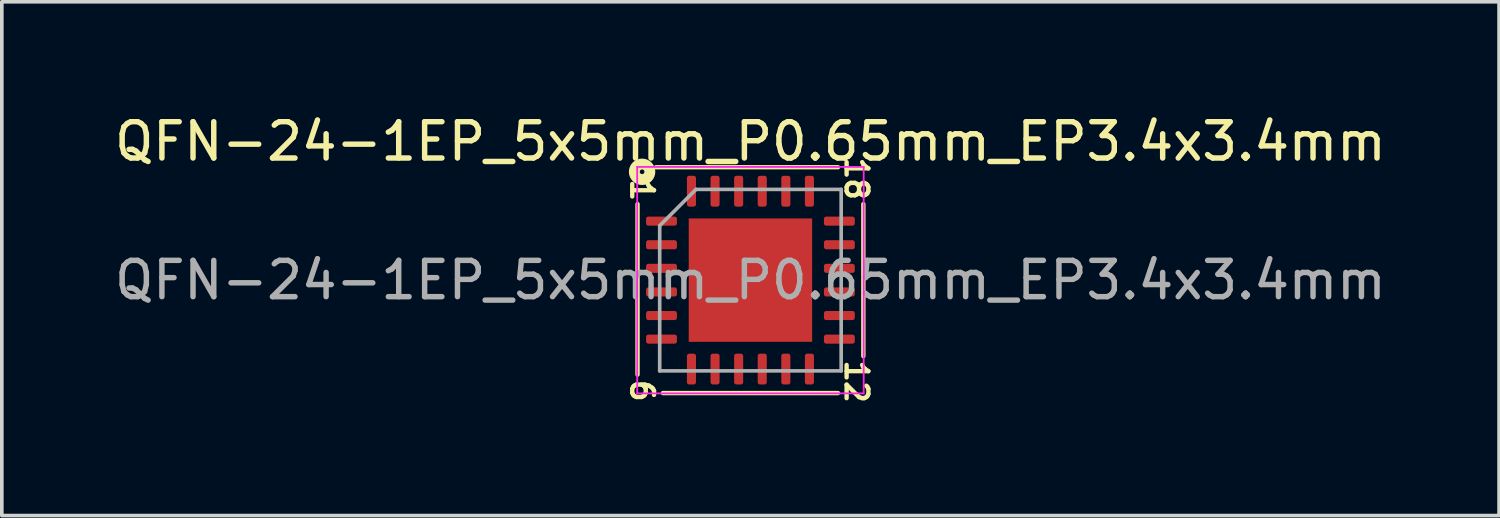
<source format=kicad_pcb>
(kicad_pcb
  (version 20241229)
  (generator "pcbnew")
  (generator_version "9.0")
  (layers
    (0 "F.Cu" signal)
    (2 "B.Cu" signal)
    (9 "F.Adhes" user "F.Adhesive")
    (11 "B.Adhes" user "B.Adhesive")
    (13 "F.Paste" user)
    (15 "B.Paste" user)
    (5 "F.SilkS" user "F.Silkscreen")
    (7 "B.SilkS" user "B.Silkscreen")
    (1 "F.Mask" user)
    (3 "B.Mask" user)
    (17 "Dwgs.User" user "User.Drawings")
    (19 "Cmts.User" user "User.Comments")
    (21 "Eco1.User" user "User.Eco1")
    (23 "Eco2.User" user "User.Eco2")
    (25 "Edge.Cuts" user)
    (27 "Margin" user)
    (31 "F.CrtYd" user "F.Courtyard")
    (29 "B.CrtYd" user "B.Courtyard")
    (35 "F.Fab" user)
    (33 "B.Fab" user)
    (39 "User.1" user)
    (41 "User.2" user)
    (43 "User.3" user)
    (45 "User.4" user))
  (footprint "QFN-24-1EP_5x5mm_P0.65mm_EP3.4x3.4mm"
    (layer "F.Cu")
    (at 17.625 4.668)
    (property "Reference" "QFN-24-1EP_5x5mm_P0.65mm_EP3.4x3.4mm" (at 0 -3.82 0) (layer "F.SilkS") (effects (font (size 1 1) (thickness 0.15))))
    (attr smd)
    (fp_line (start -3.111 -2.095) (end -3.111 2.603) (stroke (width 0.12) (type solid)) (layer "F.SilkS"))
    (fp_line (start -2.413 3.111) (end 2.413 3.111) (stroke (width 0.12) (type solid)) (layer "F.SilkS"))
    (fp_line (start 2.413 -3.111) (end -2.603 -3.111) (stroke (width 0.12) (type solid)) (layer "F.SilkS"))
    (fp_line (start 3.111 2.095) (end 3.111 -2.095) (stroke (width 0.12) (type solid)) (layer "F.SilkS"))
    (fp_circle (center -2.985 -2.985) (end -2.921 -2.985) (stroke (width 0.3) (type solid)) (fill no) (layer "F.SilkS"))
    (fp_line (start -3.12 -3.12) (end -3.12 3.12) (stroke (width 0.05) (type solid)) (layer "F.CrtYd"))
    (fp_line (start -3.12 3.12) (end 3.12 3.12) (stroke (width 0.05) (type solid)) (layer "F.CrtYd"))
    (fp_line (start 3.12 -3.12) (end -3.12 -3.12) (stroke (width 0.05) (type solid)) (layer "F.CrtYd"))
    (fp_line (start 3.12 3.12) (end 3.12 -3.12) (stroke (width 0.05) (type solid)) (layer "F.CrtYd"))
    (fp_line (start -2.5 -1.5) (end -1.5 -2.5) (stroke (width 0.1) (type solid)) (layer "F.Fab"))
    (fp_line (start -2.5 2.5) (end -2.5 -1.5) (stroke (width 0.1) (type solid)) (layer "F.Fab"))
    (fp_line (start -1.5 -2.5) (end 2.5 -2.5) (stroke (width 0.1) (type solid)) (layer "F.Fab"))
    (fp_line (start 2.5 -2.5) (end 2.5 2.5) (stroke (width 0.1) (type solid)) (layer "F.Fab"))
    (fp_line (start 2.5 2.5) (end -2.5 2.5) (stroke (width 0.1) (type solid)) (layer "F.Fab"))
    (fp_text user "6" (at -2.985 3.048 270) (unlocked yes) (layer "F.SilkS") (effects (font (size 0.6 0.6) (thickness 0.12))))
    (fp_text user "18" (at 2.921 -2.794 270) (unlocked yes) (layer "F.SilkS") (effects (font (size 0.6 0.6) (thickness 0.12))))
    (fp_text user "12" (at 2.921 2.794 270) (unlocked yes) (layer "F.SilkS") (effects (font (size 0.6 0.6) (thickness 0.12))))
    (fp_text user "1" (at -2.985 -2.477 270) (unlocked yes) (layer "F.SilkS") (effects (font (size 0.6 0.6) (thickness 0.12))))
    (fp_text user "${REFERENCE}" (at 0 0 0) (layer "F.Fab") (effects (font (size 1 1) (thickness 0.15))))
    (pad "" smd roundrect (at -0.85 -0.85) (size 1.37 1.37) (layers "F.Paste") (roundrect_rratio 0.182))
    (pad "" smd roundrect (at -0.85 0.85) (size 1.37 1.37) (layers "F.Paste") (roundrect_rratio 0.182))
    (pad "" smd roundrect (at 0.85 -0.85) (size 1.37 1.37) (layers "F.Paste") (roundrect_rratio 0.182))
    (pad "" smd roundrect (at 0.85 0.85) (size 1.37 1.37) (layers "F.Paste") (roundrect_rratio 0.182))
    (pad "1" smd roundrect (at -2.45 -1.625) (size 0.85 0.25) (layers "F.Cu" "F.Mask" "F.Paste") (roundrect_rratio 0.25))
    (pad "2" smd roundrect (at -2.45 -0.975) (size 0.85 0.25) (layers "F.Cu" "F.Mask" "F.Paste") (roundrect_rratio 0.25))
    (pad "3" smd roundrect (at -2.45 -0.325) (size 0.85 0.25) (layers "F.Cu" "F.Mask" "F.Paste") (roundrect_rratio 0.25))
    (pad "4" smd roundrect (at -2.45 0.325) (size 0.85 0.25) (layers "F.Cu" "F.Mask" "F.Paste") (roundrect_rratio 0.25))
    (pad "5" smd roundrect (at -2.45 0.975) (size 0.85 0.25) (layers "F.Cu" "F.Mask" "F.Paste") (roundrect_rratio 0.25))
    (pad "6" smd roundrect (at -2.45 1.625) (size 0.85 0.25) (layers "F.Cu" "F.Mask" "F.Paste") (roundrect_rratio 0.25))
    (pad "7" smd roundrect (at -1.625 2.45) (size 0.25 0.85) (layers "F.Cu" "F.Mask" "F.Paste") (roundrect_rratio 0.25))
    (pad "8" smd roundrect (at -0.975 2.45) (size 0.25 0.85) (layers "F.Cu" "F.Mask" "F.Paste") (roundrect_rratio 0.25))
    (pad "9" smd roundrect (at -0.325 2.45) (size 0.25 0.85) (layers "F.Cu" "F.Mask" "F.Paste") (roundrect_rratio 0.25))
    (pad "10" smd roundrect (at 0.325 2.45) (size 0.25 0.85) (layers "F.Cu" "F.Mask" "F.Paste") (roundrect_rratio 0.25))
    (pad "11" smd roundrect (at 0.975 2.45) (size 0.25 0.85) (layers "F.Cu" "F.Mask" "F.Paste") (roundrect_rratio 0.25))
    (pad "12" smd roundrect (at 1.625 2.45) (size 0.25 0.85) (layers "F.Cu" "F.Mask" "F.Paste") (roundrect_rratio 0.25))
    (pad "13" smd roundrect (at 2.45 1.625) (size 0.85 0.25) (layers "F.Cu" "F.Mask" "F.Paste") (roundrect_rratio 0.25))
    (pad "14" smd roundrect (at 2.45 0.975) (size 0.85 0.25) (layers "F.Cu" "F.Mask" "F.Paste") (roundrect_rratio 0.25))
    (pad "15" smd roundrect (at 2.45 0.325) (size 0.85 0.25) (layers "F.Cu" "F.Mask" "F.Paste") (roundrect_rratio 0.25))
    (pad "16" smd roundrect (at 2.45 -0.325) (size 0.85 0.25) (layers "F.Cu" "F.Mask" "F.Paste") (roundrect_rratio 0.25))
    (pad "17" smd roundrect (at 2.45 -0.975) (size 0.85 0.25) (layers "F.Cu" "F.Mask" "F.Paste") (roundrect_rratio 0.25))
    (pad "18" smd roundrect (at 2.45 -1.625) (size 0.85 0.25) (layers "F.Cu" "F.Mask" "F.Paste") (roundrect_rratio 0.25))
    (pad "19" smd roundrect (at 1.625 -2.45) (size 0.25 0.85) (layers "F.Cu" "F.Mask" "F.Paste") (roundrect_rratio 0.25))
    (pad "20" smd roundrect (at 0.975 -2.45) (size 0.25 0.85) (layers "F.Cu" "F.Mask" "F.Paste") (roundrect_rratio 0.25))
    (pad "21" smd roundrect (at 0.325 -2.45) (size 0.25 0.85) (layers "F.Cu" "F.Mask" "F.Paste") (roundrect_rratio 0.25))
    (pad "22" smd roundrect (at -0.325 -2.45) (size 0.25 0.85) (layers "F.Cu" "F.Mask" "F.Paste") (roundrect_rratio 0.25))
    (pad "23" smd roundrect (at -0.975 -2.45) (size 0.25 0.85) (layers "F.Cu" "F.Mask" "F.Paste") (roundrect_rratio 0.25))
    (pad "24" smd roundrect (at -1.625 -2.45) (size 0.25 0.85) (layers "F.Cu" "F.Mask" "F.Paste") (roundrect_rratio 0.25))
    (pad "25" smd rect (at 0 0) (size 3.4 3.4) (layers "F.Cu" "F.Mask")))
  (gr_rect
    (start -3 -3)
    (end 38.25 11.154)
    (stroke (width 0.1) (type default))
    (fill no)
    (layer "Edge.Cuts")))
</source>
